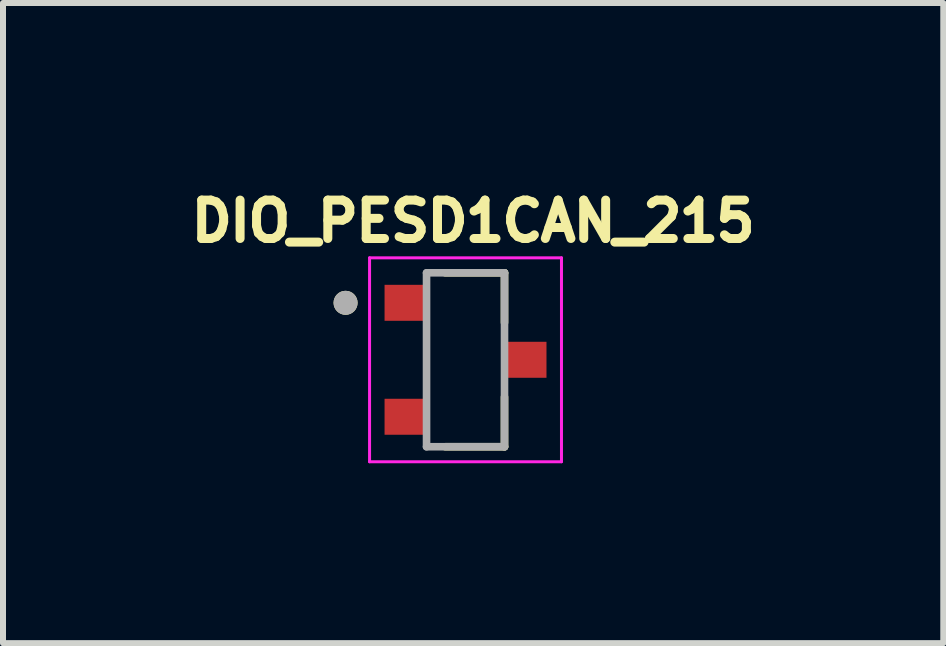
<source format=kicad_pcb>
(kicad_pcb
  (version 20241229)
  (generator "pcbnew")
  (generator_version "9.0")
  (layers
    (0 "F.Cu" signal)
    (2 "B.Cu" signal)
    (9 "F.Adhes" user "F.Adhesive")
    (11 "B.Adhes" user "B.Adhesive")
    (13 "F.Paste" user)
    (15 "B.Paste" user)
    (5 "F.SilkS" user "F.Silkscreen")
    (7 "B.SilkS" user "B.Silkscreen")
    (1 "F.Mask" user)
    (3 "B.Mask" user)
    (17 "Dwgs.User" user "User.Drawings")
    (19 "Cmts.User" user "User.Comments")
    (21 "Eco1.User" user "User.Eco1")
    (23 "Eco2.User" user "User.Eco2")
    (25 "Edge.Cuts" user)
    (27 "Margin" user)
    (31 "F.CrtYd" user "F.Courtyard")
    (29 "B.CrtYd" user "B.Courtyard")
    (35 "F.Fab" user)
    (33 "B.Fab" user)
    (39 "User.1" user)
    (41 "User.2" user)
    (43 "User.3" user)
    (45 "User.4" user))
  (footprint "DIO_PESD1CAN_215"
    (layer "F.Cu")
    (at 4.712 2.949)
    (property "Reference" "DIO_PESD1CAN_215" (at 0.127 -2.311 0) (layer "F.SilkS") (effects (font (size 0.64 0.64) (thickness 0.15))))
    (attr smd)
    (fp_poly (pts (xy -1.35 -1.25) (xy -0.65 -1.25) (xy -0.65 -0.65) (xy -1.35 -0.65)) (stroke (width 0.01) (type solid)) (fill yes) (layer "F.Mask"))
    (fp_poly (pts (xy -1.35 0.65) (xy -0.65 0.65) (xy -0.65 1.25) (xy -1.35 1.25)) (stroke (width 0.01) (type solid)) (fill yes) (layer "F.Mask"))
    (fp_poly (pts (xy 0.65 -0.3) (xy 1.35 -0.3) (xy 1.35 0.3) (xy 0.65 0.3)) (stroke (width 0.01) (type solid)) (fill yes) (layer "F.Mask"))
    (fp_line (start -0.337 -1.45) (end 0.65 -1.45) (stroke (width 0.127) (type solid)) (layer "F.SilkS"))
    (fp_line (start 0.65 -1.45) (end 0.65 -0.62) (stroke (width 0.127) (type solid)) (layer "F.SilkS"))
    (fp_line (start 0.65 0.62) (end 0.65 1.45) (stroke (width 0.127) (type solid)) (layer "F.SilkS"))
    (fp_line (start 0.65 1.45) (end -0.337 1.45) (stroke (width 0.127) (type solid)) (layer "F.SilkS"))
    (fp_circle (center -2 -0.95) (end -1.9 -0.95) (stroke (width 0.2) (type solid)) (fill no) (layer "F.SilkS"))
    (fp_poly (pts (xy -1.3 -1.2) (xy -0.7 -1.2) (xy -0.7 -0.7) (xy -1.3 -0.7)) (stroke (width 0.01) (type solid)) (fill yes) (layer "F.Paste"))
    (fp_poly (pts (xy -1.3 0.7) (xy -0.7 0.7) (xy -0.7 1.2) (xy -1.3 1.2)) (stroke (width 0.01) (type solid)) (fill yes) (layer "F.Paste"))
    (fp_poly (pts (xy 0.7 -0.25) (xy 1.3 -0.25) (xy 1.3 0.25) (xy 0.7 0.25)) (stroke (width 0.01) (type solid)) (fill yes) (layer "F.Paste"))
    (fp_line (start -1.6 -1.7) (end 1.6 -1.7) (stroke (width 0.05) (type solid)) (layer "F.CrtYd"))
    (fp_line (start -1.6 1.7) (end -1.6 -1.7) (stroke (width 0.05) (type solid)) (layer "F.CrtYd"))
    (fp_line (start 1.6 -1.7) (end 1.6 1.7) (stroke (width 0.05) (type solid)) (layer "F.CrtYd"))
    (fp_line (start 1.6 1.7) (end -1.6 1.7) (stroke (width 0.05) (type solid)) (layer "F.CrtYd"))
    (fp_line (start -0.65 -1.45) (end 0.65 -1.45) (stroke (width 0.127) (type solid)) (layer "F.Fab"))
    (fp_line (start -0.65 1.45) (end -0.65 -1.45) (stroke (width 0.127) (type solid)) (layer "F.Fab"))
    (fp_line (start 0.65 -1.45) (end 0.65 1.45) (stroke (width 0.127) (type solid)) (layer "F.Fab"))
    (fp_line (start 0.65 1.45) (end -0.65 1.45) (stroke (width 0.127) (type solid)) (layer "F.Fab"))
    (fp_circle (center -2 -0.95) (end -1.9 -0.95) (stroke (width 0.2) (type solid)) (fill no) (layer "F.Fab"))
    (pad "1" smd rect (at -1 -0.95) (size 0.7 0.6) (layers "F.Cu"))
    (pad "2" smd rect (at -1 0.95) (size 0.7 0.6) (layers "F.Cu"))
    (pad "3" smd rect (at 1 0) (size 0.7 0.6) (layers "F.Cu")))
  (gr_rect
    (start -3 -3)
    (end 12.678 7.674)
    (stroke (width 0.1) (type default))
    (fill no)
    (layer "Edge.Cuts")))
</source>
